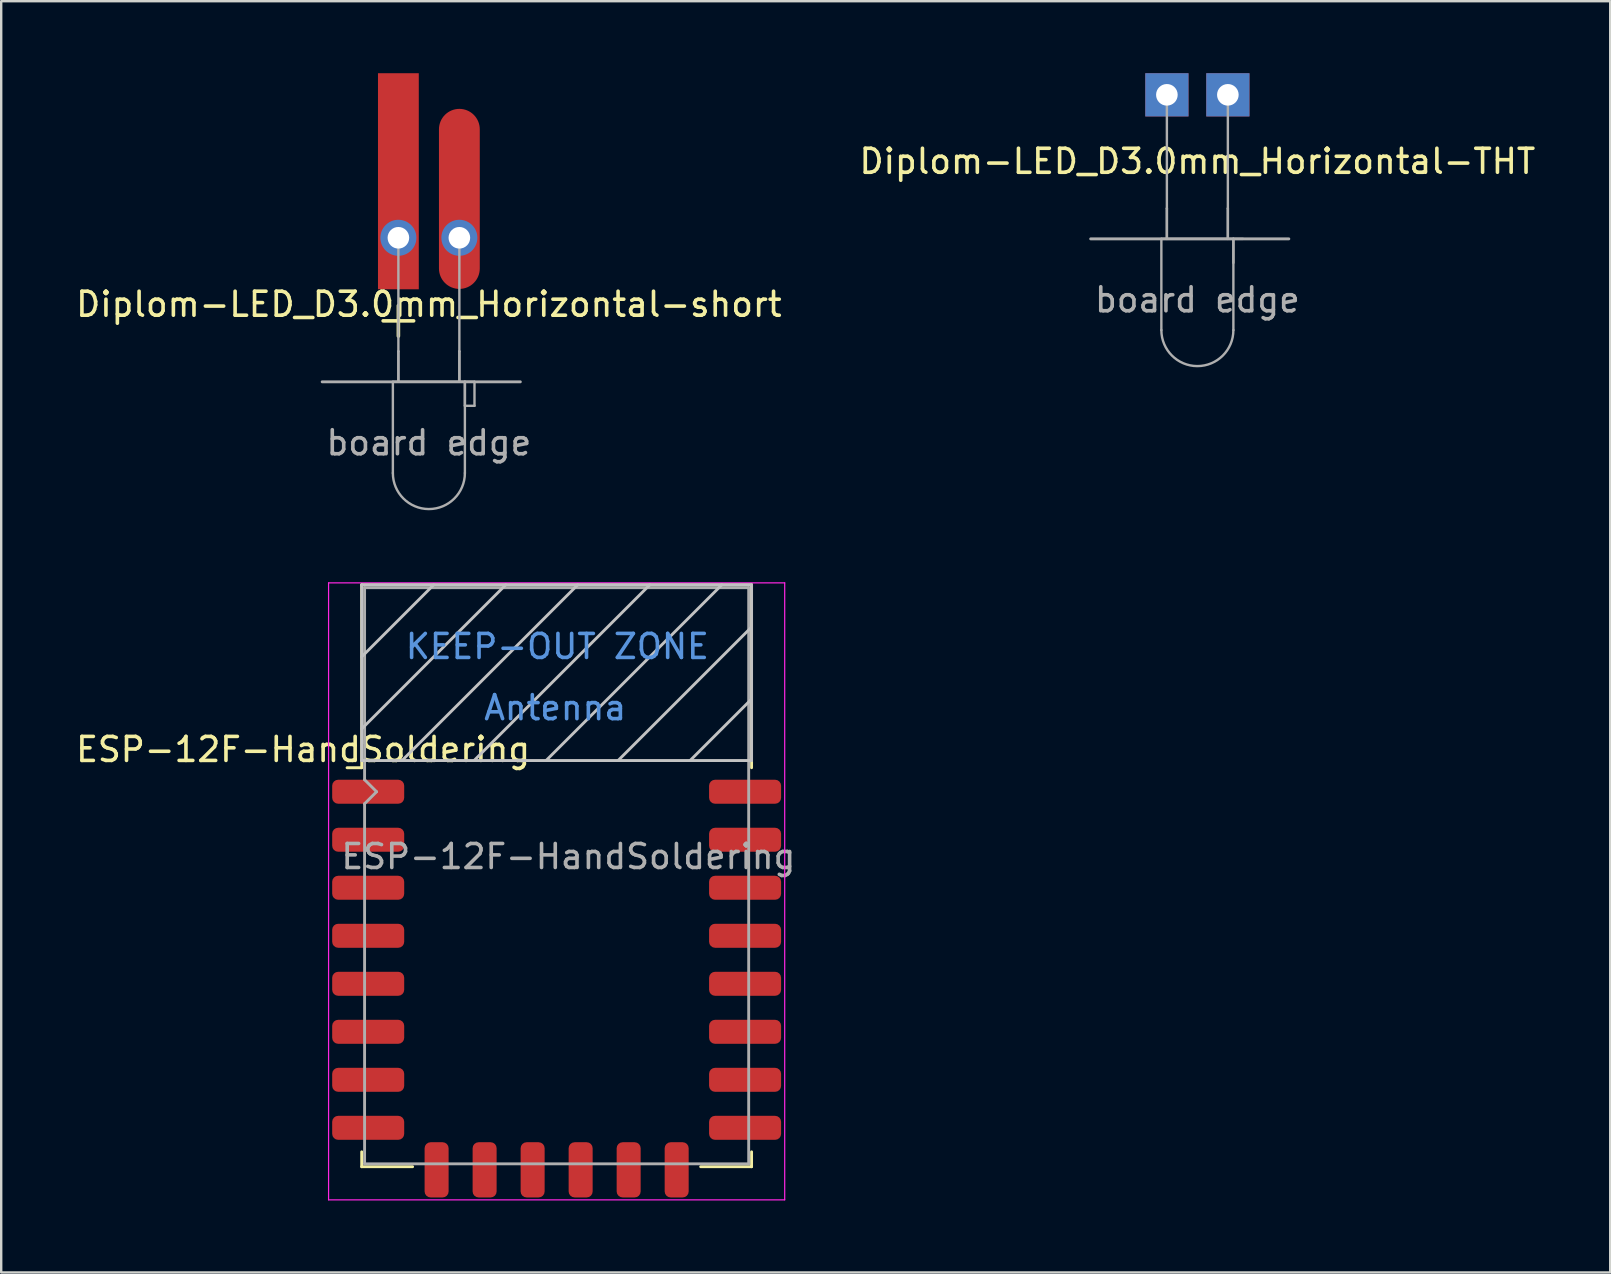
<source format=kicad_pcb>
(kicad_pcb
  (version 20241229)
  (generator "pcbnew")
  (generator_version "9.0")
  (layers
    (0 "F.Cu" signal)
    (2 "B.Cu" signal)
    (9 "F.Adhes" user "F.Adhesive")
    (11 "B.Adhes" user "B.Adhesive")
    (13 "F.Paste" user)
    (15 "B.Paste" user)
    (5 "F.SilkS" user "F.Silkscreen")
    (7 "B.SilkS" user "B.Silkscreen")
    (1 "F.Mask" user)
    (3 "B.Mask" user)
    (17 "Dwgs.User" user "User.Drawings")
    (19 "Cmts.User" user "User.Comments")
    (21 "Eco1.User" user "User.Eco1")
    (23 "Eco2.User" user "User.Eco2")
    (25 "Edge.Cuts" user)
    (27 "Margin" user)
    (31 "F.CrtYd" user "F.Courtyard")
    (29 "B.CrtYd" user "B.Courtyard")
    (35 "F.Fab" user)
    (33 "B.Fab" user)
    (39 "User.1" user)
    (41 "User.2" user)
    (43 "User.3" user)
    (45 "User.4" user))
  (footprint "ESP-12F-HandSoldering"
    (layer "F.Cu")
    (at 20.137 33.43)
    (property "Reference" "ESP-12F-HandSoldering" (at -10.56 -5.26 0) (layer "F.SilkS") (effects (font (size 1 1) (thickness 0.15))))
    (attr smd)
    (fp_line (start -8.12 -12.12) (end 8.12 -12.12) (stroke (width 0.12) (type solid)) (layer "F.SilkS"))
    (fp_line (start -8.12 -4.5) (end -8.73 -4.5) (stroke (width 0.12) (type solid)) (layer "F.SilkS"))
    (fp_line (start -8.12 -4.5) (end -8.12 -12.12) (stroke (width 0.12) (type solid)) (layer "F.SilkS"))
    (fp_line (start -8.12 12.12) (end -8.12 11.5) (stroke (width 0.12) (type solid)) (layer "F.SilkS"))
    (fp_line (start -6 12.12) (end -8.12 12.12) (stroke (width 0.12) (type solid)) (layer "F.SilkS"))
    (fp_line (start 8.12 -12.12) (end 8.12 -4.5) (stroke (width 0.12) (type solid)) (layer "F.SilkS"))
    (fp_line (start 8.12 11.5) (end 8.12 12.12) (stroke (width 0.12) (type solid)) (layer "F.SilkS"))
    (fp_line (start 8.12 12.12) (end 6 12.12) (stroke (width 0.12) (type solid)) (layer "F.SilkS"))
    (fp_line (start -8.12 -12.12) (end 8.12 -12.12) (stroke (width 0.12) (type solid)) (layer "Dwgs.User"))
    (fp_line (start -8.12 -9.12) (end -5.12 -12.12) (stroke (width 0.12) (type solid)) (layer "Dwgs.User"))
    (fp_line (start -8.12 -6.12) (end -2.12 -12.12) (stroke (width 0.12) (type solid)) (layer "Dwgs.User"))
    (fp_line (start -8.12 -4.8) (end -8.12 -12.12) (stroke (width 0.12) (type solid)) (layer "Dwgs.User"))
    (fp_line (start -6.44 -4.8) (end 0.88 -12.12) (stroke (width 0.12) (type solid)) (layer "Dwgs.User"))
    (fp_line (start -3.44 -4.8) (end 3.88 -12.12) (stroke (width 0.12) (type solid)) (layer "Dwgs.User"))
    (fp_line (start -0.44 -4.8) (end 6.88 -12.12) (stroke (width 0.12) (type solid)) (layer "Dwgs.User"))
    (fp_line (start 2.56 -4.8) (end 8.12 -10.36) (stroke (width 0.12) (type solid)) (layer "Dwgs.User"))
    (fp_line (start 5.56 -4.8) (end 8.12 -7.36) (stroke (width 0.12) (type solid)) (layer "Dwgs.User"))
    (fp_line (start 8.12 -12.12) (end 8.12 -4.8) (stroke (width 0.12) (type solid)) (layer "Dwgs.User"))
    (fp_line (start 8.12 -4.8) (end -8.12 -4.8) (stroke (width 0.12) (type solid)) (layer "Dwgs.User"))
    (fp_line (start -9.5 -12.2) (end 9.5 -12.2) (stroke (width 0.05) (type solid)) (layer "F.CrtYd"))
    (fp_line (start -9.5 13.5) (end -9.5 -12.2) (stroke (width 0.05) (type solid)) (layer "F.CrtYd"))
    (fp_line (start 9.5 -12.2) (end 9.5 13.5) (stroke (width 0.05) (type solid)) (layer "F.CrtYd"))
    (fp_line (start 9.5 13.5) (end -9.5 13.5) (stroke (width 0.05) (type solid)) (layer "F.CrtYd"))
    (fp_line (start -8 -12) (end 8 -12) (stroke (width 0.12) (type solid)) (layer "F.Fab"))
    (fp_line (start -8 -4) (end -8 -12) (stroke (width 0.12) (type solid)) (layer "F.Fab"))
    (fp_line (start -8 -3) (end -7.5 -3.5) (stroke (width 0.12) (type solid)) (layer "F.Fab"))
    (fp_line (start -8 12) (end -8 -3) (stroke (width 0.12) (type solid)) (layer "F.Fab"))
    (fp_line (start -7.5 -3.5) (end -8 -4) (stroke (width 0.12) (type solid)) (layer "F.Fab"))
    (fp_line (start 8 -12) (end 8 12) (stroke (width 0.12) (type solid)) (layer "F.Fab"))
    (fp_line (start 8 12) (end -8 12) (stroke (width 0.12) (type solid)) (layer "F.Fab"))
    (fp_text user "Antenna" (at -0.06 -7 180) (layer "Cmts.User") (effects (font (size 1 1) (thickness 0.15))))
    (fp_text user "KEEP-OUT ZONE" (at 0.03 -9.55 180) (layer "Cmts.User") (effects (font (size 1 1) (thickness 0.15))))
    (fp_text user "${REFERENCE}" (at 0.49 -0.8 0) (layer "F.Fab") (effects (font (size 1 1) (thickness 0.15))))
    (pad "1" smd roundrect (at -7.6 -3.5) (size 3 1) (drill (offset -0.25 0)) (layers "F.Cu" "F.Mask" "F.Paste") (roundrect_rratio 0.25))
    (pad "2" smd roundrect (at -7.6 -1.5) (size 3 1) (drill (offset -0.25 0)) (layers "F.Cu" "F.Mask" "F.Paste") (roundrect_rratio 0.25))
    (pad "3" smd roundrect (at -7.6 0.5) (size 3 1) (drill (offset -0.25 0)) (layers "F.Cu" "F.Mask" "F.Paste") (roundrect_rratio 0.25))
    (pad "4" smd roundrect (at -7.6 2.5) (size 3 1) (drill (offset -0.25 0)) (layers "F.Cu" "F.Mask" "F.Paste") (roundrect_rratio 0.25))
    (pad "5" smd roundrect (at -7.6 4.5) (size 3 1) (drill (offset -0.25 0)) (layers "F.Cu" "F.Mask" "F.Paste") (roundrect_rratio 0.25))
    (pad "6" smd roundrect (at -7.6 6.5) (size 3 1) (drill (offset -0.25 0)) (layers "F.Cu" "F.Mask" "F.Paste") (roundrect_rratio 0.25))
    (pad "7" smd roundrect (at -7.6 8.5) (size 3 1) (drill (offset -0.25 0)) (layers "F.Cu" "F.Mask" "F.Paste") (roundrect_rratio 0.25))
    (pad "8" smd roundrect (at -7.6 10.5) (size 3 1) (drill (offset -0.25 0)) (layers "F.Cu" "F.Mask" "F.Paste") (roundrect_rratio 0.25))
    (pad "9" smd roundrect (at -5 12) (size 1 2.3) (drill (offset 0 0.25)) (layers "F.Cu" "F.Mask" "F.Paste") (roundrect_rratio 0.25))
    (pad "10" smd roundrect (at -3 12) (size 1 2.3) (drill (offset 0 0.25)) (layers "F.Cu" "F.Mask" "F.Paste") (roundrect_rratio 0.25))
    (pad "11" smd roundrect (at -1 12) (size 1 2.3) (drill (offset 0 0.25)) (layers "F.Cu" "F.Mask" "F.Paste") (roundrect_rratio 0.25))
    (pad "12" smd roundrect (at 1 12) (size 1 2.3) (drill (offset 0 0.25)) (layers "F.Cu" "F.Mask" "F.Paste") (roundrect_rratio 0.25))
    (pad "13" smd roundrect (at 3 12) (size 1 2.3) (drill (offset 0 0.25)) (layers "F.Cu" "F.Mask" "F.Paste") (roundrect_rratio 0.25))
    (pad "14" smd roundrect (at 5 12) (size 1 2.3) (drill (offset 0 0.25)) (layers "F.Cu" "F.Mask" "F.Paste") (roundrect_rratio 0.25))
    (pad "15" smd roundrect (at 7.6 10.5) (size 3 1) (drill (offset 0.25 0)) (layers "F.Cu" "F.Mask" "F.Paste") (roundrect_rratio 0.25))
    (pad "16" smd roundrect (at 7.6 8.5) (size 3 1) (drill (offset 0.25 0)) (layers "F.Cu" "F.Mask" "F.Paste") (roundrect_rratio 0.25))
    (pad "17" smd roundrect (at 7.6 6.5) (size 3 1) (drill (offset 0.25 0)) (layers "F.Cu" "F.Mask" "F.Paste") (roundrect_rratio 0.25))
    (pad "18" smd roundrect (at 7.6 4.5) (size 3 1) (drill (offset 0.25 0)) (layers "F.Cu" "F.Mask" "F.Paste") (roundrect_rratio 0.25))
    (pad "19" smd roundrect (at 7.6 2.5) (size 3 1) (drill (offset 0.25 0)) (layers "F.Cu" "F.Mask" "F.Paste") (roundrect_rratio 0.25))
    (pad "20" smd roundrect (at 7.6 0.5) (size 3 1) (drill (offset 0.25 0)) (layers "F.Cu" "F.Mask" "F.Paste") (roundrect_rratio 0.25))
    (pad "21" smd roundrect (at 7.6 -1.5) (size 3 1) (drill (offset 0.25 0)) (layers "F.Cu" "F.Mask" "F.Paste") (roundrect_rratio 0.25))
    (pad "22" smd roundrect (at 7.6 -3.5) (size 3 1) (drill (offset 0.25 0)) (layers "F.Cu" "F.Mask" "F.Paste") (roundrect_rratio 0.25)))
  (footprint "Diplom-LED_D3.0mm_Horizontal-THT"
    (layer "F.Cu")
    (at 46.827 6.9)
    (property "Reference" "Diplom-LED_D3.0mm_Horizontal-THT" (at 0 -3.23 180) (layer "F.SilkS") (effects (font (size 1 1) (thickness 0.15))))
    (attr through_hole)
    (fp_line (start -4.445 0) (end 3.81 0) (stroke (width 0.12) (type solid)) (layer "F.Fab"))
    (fp_line (start -1.5 0) (end -1.5 3.8) (stroke (width 0.1) (type solid)) (layer "F.Fab"))
    (fp_line (start -1.5 0) (end 1.5 0) (stroke (width 0.1) (type solid)) (layer "F.Fab"))
    (fp_line (start -1.27 -1.27) (end -1.27 -1.27) (stroke (width 0.1) (type solid)) (layer "F.Fab"))
    (fp_line (start -1.27 -1.27) (end -1.27 0) (stroke (width 0.1) (type solid)) (layer "F.Fab"))
    (fp_line (start -1.27 0) (end -1.27 -6) (stroke (width 0.1) (type solid)) (layer "F.Fab"))
    (fp_line (start -1.27 0) (end -1.27 0) (stroke (width 0.1) (type solid)) (layer "F.Fab"))
    (fp_line (start 1.27 -6) (end 1.27 -1.27) (stroke (width 0.1) (type solid)) (layer "F.Fab"))
    (fp_line (start 1.27 -1.27) (end 1.27 0) (stroke (width 0.1) (type solid)) (layer "F.Fab"))
    (fp_line (start 1.27 0) (end 1.27 -1.27) (stroke (width 0.1) (type solid)) (layer "F.Fab"))
    (fp_line (start 1.27 0) (end 1.27 0) (stroke (width 0.1) (type solid)) (layer "F.Fab"))
    (fp_line (start 1.5 0) (end 1.5 3.8) (stroke (width 0.1) (type solid)) (layer "F.Fab"))
    (fp_line (start 1.5 0) (end 1.9 0) (stroke (width 0.1) (type solid)) (layer "F.Fab"))
    (fp_line (start 1.5 1) (end 1.5 0) (stroke (width 0.1) (type solid)) (layer "F.Fab"))
    (fp_arc (start 1.5 3.8) (mid 0 5.3) (end -1.5 3.8) (stroke (width 0.1) (type solid)) (layer "F.Fab"))
    (fp_text user "board edge" (at 0 2.54 180) (layer "F.Fab") (effects (font (size 1 1) (thickness 0.15))))
    (pad "1" thru_hole rect (at 1.27 -6 90) (size 1.8 1.8) (drill 0.9) (layers "*.Cu" "*.Mask"))
    (pad "2" thru_hole rect (at -1.27 -6) (size 1.8 1.8) (drill 0.9) (layers "*.Cu" "*.Mask")))
  (footprint "Diplom-LED_D3.0mm_Horizontal-short"
    (layer "F.Cu")
    (at 14.815 12.855)
    (property "Reference" "Diplom-LED_D3.0mm_Horizontal-short" (at 0 -3.23 180) (layer "F.SilkS") (effects (font (size 1 1) (thickness 0.15))))
    (attr through_hole)
    (fp_line (start -1.905 -2.54) (end -0.635 -2.54) (stroke (width 0.15) (type solid)) (layer "F.SilkS"))
    (fp_line (start -1.27 -3.175) (end -1.27 -1.905) (stroke (width 0.15) (type solid)) (layer "F.SilkS"))
    (fp_line (start -4.445 0) (end 3.81 0) (stroke (width 0.12) (type solid)) (layer "F.Fab"))
    (fp_line (start -1.5 0) (end -1.5 3.8) (stroke (width 0.1) (type solid)) (layer "F.Fab"))
    (fp_line (start -1.5 0) (end 1.5 0) (stroke (width 0.1) (type solid)) (layer "F.Fab"))
    (fp_line (start -1.27 -1.27) (end -1.27 -1.27) (stroke (width 0.1) (type solid)) (layer "F.Fab"))
    (fp_line (start -1.27 -1.27) (end -1.27 0) (stroke (width 0.1) (type solid)) (layer "F.Fab"))
    (fp_line (start -1.27 0) (end -1.27 -6) (stroke (width 0.1) (type solid)) (layer "F.Fab"))
    (fp_line (start -1.27 0) (end -1.27 0) (stroke (width 0.1) (type solid)) (layer "F.Fab"))
    (fp_line (start 1.27 -6) (end 1.27 -1.27) (stroke (width 0.1) (type solid)) (layer "F.Fab"))
    (fp_line (start 1.27 -1.27) (end 1.27 0) (stroke (width 0.1) (type solid)) (layer "F.Fab"))
    (fp_line (start 1.27 0) (end 1.27 -1.27) (stroke (width 0.1) (type solid)) (layer "F.Fab"))
    (fp_line (start 1.27 0) (end 1.27 0) (stroke (width 0.1) (type solid)) (layer "F.Fab"))
    (fp_line (start 1.5 0) (end 1.5 3.8) (stroke (width 0.1) (type solid)) (layer "F.Fab"))
    (fp_line (start 1.5 0) (end 1.9 0) (stroke (width 0.1) (type solid)) (layer "F.Fab"))
    (fp_line (start 1.5 1) (end 1.5 0) (stroke (width 0.1) (type solid)) (layer "F.Fab"))
    (fp_line (start 1.9 0) (end 1.9 1) (stroke (width 0.1) (type solid)) (layer "F.Fab"))
    (fp_line (start 1.9 1) (end 1.5 1) (stroke (width 0.1) (type solid)) (layer "F.Fab"))
    (fp_arc (start 1.5 3.8) (mid 0 5.3) (end -1.5 3.8) (stroke (width 0.1) (type solid)) (layer "F.Fab"))
    (fp_text user "board edge" (at 0 2.54 180) (layer "F.Fab") (effects (font (size 1 1) (thickness 0.15))))
    (pad "1" smd rect (at -1.27 -7.62) (size 1.7 9) (drill (offset 0 -0.735)) (layers "F.Cu" "F.Mask"))
    (pad "1" thru_hole circle (at -1.27 -6) (size 1.5 1.5) (drill 0.9) (layers "*.Cu" "*.Mask"))
    (pad "2" smd oval (at 1.27 -7.62) (size 1.7 7.5) (layers "F.Cu" "F.Mask"))
    (pad "2" thru_hole circle (at 1.27 -6 90) (size 1.5 1.5) (drill 0.9) (layers "*.Cu" "*.Mask")))
  (gr_rect
    (start -3 -3)
    (end 64.024 49.955)
    (stroke (width 0.1) (type default))
    (fill no)
    (layer "Edge.Cuts")))
</source>
